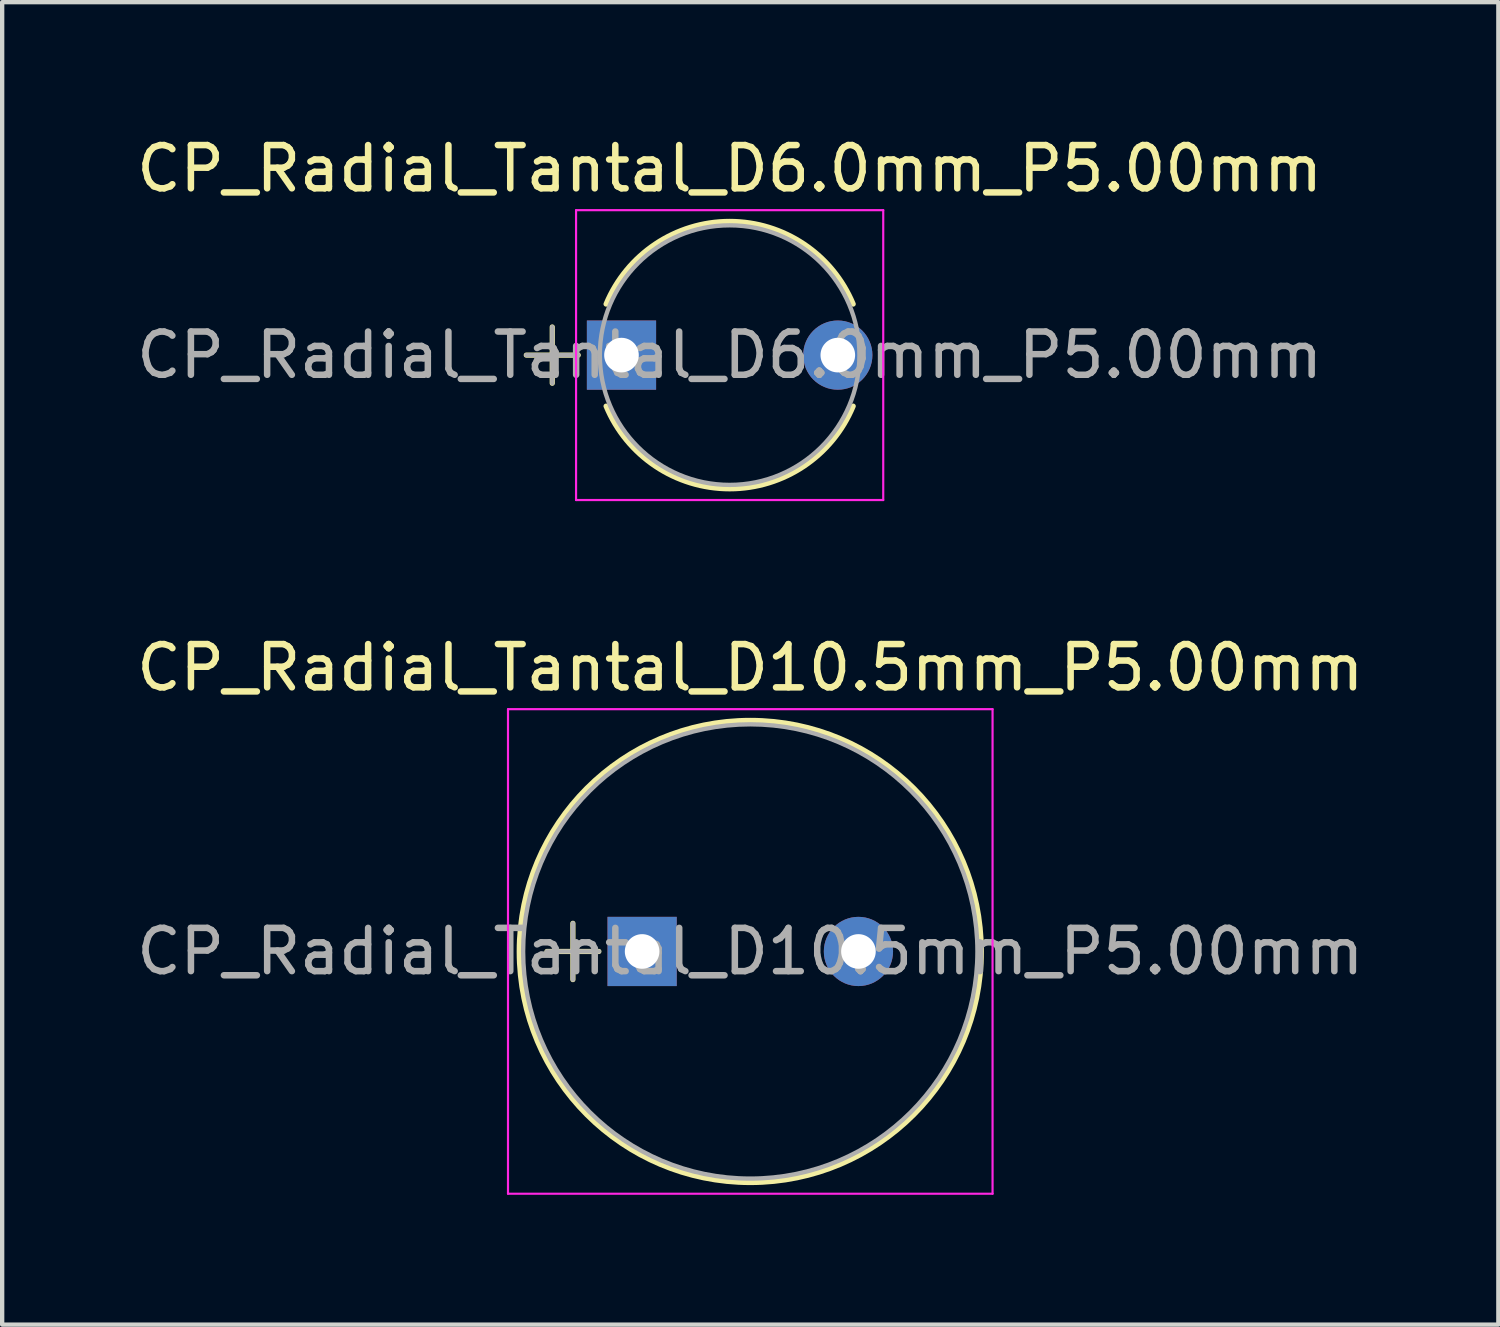
<source format=kicad_pcb>
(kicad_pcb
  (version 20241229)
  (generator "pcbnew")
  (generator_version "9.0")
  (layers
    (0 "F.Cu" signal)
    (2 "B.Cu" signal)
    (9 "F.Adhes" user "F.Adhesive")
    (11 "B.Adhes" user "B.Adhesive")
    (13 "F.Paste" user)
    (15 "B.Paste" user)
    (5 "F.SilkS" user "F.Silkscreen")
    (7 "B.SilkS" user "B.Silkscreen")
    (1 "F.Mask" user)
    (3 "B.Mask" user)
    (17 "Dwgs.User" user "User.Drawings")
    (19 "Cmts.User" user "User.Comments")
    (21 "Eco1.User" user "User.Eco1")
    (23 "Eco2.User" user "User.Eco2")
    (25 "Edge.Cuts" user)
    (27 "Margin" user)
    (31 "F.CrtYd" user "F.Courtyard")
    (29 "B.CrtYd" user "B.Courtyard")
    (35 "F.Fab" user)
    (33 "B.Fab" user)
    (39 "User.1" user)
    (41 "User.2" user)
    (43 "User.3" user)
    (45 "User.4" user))
  (footprint "CP_Radial_Tantal_D6.0mm_P5.00mm"
    (layer "F.Cu")
    (at 11.315 5.158)
    (property "Reference" "CP_Radial_Tantal_D6.0mm_P5.00mm" (at 2.5 -4.31 0) (layer "F.SilkS") (effects (font (size 1 1) (thickness 0.15))))
    (attr through_hole)
    (fp_line (start -2.2 0) (end -1 0) (stroke (width 0.12) (type solid)) (layer "F.SilkS"))
    (fp_line (start -1.6 -0.65) (end -1.6 0.65) (stroke (width 0.12) (type solid)) (layer "F.SilkS"))
    (fp_arc (start -0.355819 -1.18) (mid 2.5 -3.09) (end 5.355819 -1.18) (stroke (width 0.12) (type solid)) (layer "F.SilkS"))
    (fp_arc (start 5.355819 1.18) (mid 2.5 3.09) (end -0.355819 1.18) (stroke (width 0.12) (type solid)) (layer "F.SilkS"))
    (fp_line (start -1.05 -3.35) (end -1.05 3.35) (stroke (width 0.05) (type solid)) (layer "F.CrtYd"))
    (fp_line (start -1.05 3.35) (end 6.05 3.35) (stroke (width 0.05) (type solid)) (layer "F.CrtYd"))
    (fp_line (start 6.05 -3.35) (end -1.05 -3.35) (stroke (width 0.05) (type solid)) (layer "F.CrtYd"))
    (fp_line (start 6.05 3.35) (end 6.05 -3.35) (stroke (width 0.05) (type solid)) (layer "F.CrtYd"))
    (fp_line (start -2.2 0) (end -1 0) (stroke (width 0.1) (type solid)) (layer "F.Fab"))
    (fp_line (start -1.6 -0.65) (end -1.6 0.65) (stroke (width 0.1) (type solid)) (layer "F.Fab"))
    (fp_circle (center 2.5 0) (end 5.5 0) (stroke (width 0.1) (type solid)) (fill no) (layer "F.Fab"))
    (fp_text user "${REFERENCE}" (at 2.5 0 0) (layer "F.Fab") (effects (font (size 1 1) (thickness 0.15))))
    (pad "1" thru_hole rect (at 0 0) (size 1.6 1.6) (drill 0.8) (layers "*.Cu" "*.Mask"))
    (pad "2" thru_hole circle (at 5 0) (size 1.6 1.6) (drill 0.8) (layers "*.Cu" "*.Mask")))
  (footprint "CP_Radial_Tantal_D10.5mm_P5.00mm"
    (layer "F.Cu")
    (at 11.792 18.942)
    (property "Reference" "CP_Radial_Tantal_D10.5mm_P5.00mm" (at 2.5 -6.56 0) (layer "F.SilkS") (effects (font (size 1 1) (thickness 0.15))))
    (attr through_hole)
    (fp_line (start -2.2 0) (end -1 0) (stroke (width 0.12) (type solid)) (layer "F.SilkS"))
    (fp_line (start -1.6 -0.65) (end -1.6 0.65) (stroke (width 0.12) (type solid)) (layer "F.SilkS"))
    (fp_circle (center 2.5 0) (end 7.84 0) (stroke (width 0.12) (type solid)) (fill no) (layer "F.SilkS"))
    (fp_line (start -3.1 -5.6) (end -3.1 5.6) (stroke (width 0.05) (type solid)) (layer "F.CrtYd"))
    (fp_line (start -3.1 5.6) (end 8.1 5.6) (stroke (width 0.05) (type solid)) (layer "F.CrtYd"))
    (fp_line (start 8.1 -5.6) (end -3.1 -5.6) (stroke (width 0.05) (type solid)) (layer "F.CrtYd"))
    (fp_line (start 8.1 5.6) (end 8.1 -5.6) (stroke (width 0.05) (type solid)) (layer "F.CrtYd"))
    (fp_line (start -2.2 0) (end -1 0) (stroke (width 0.1) (type solid)) (layer "F.Fab"))
    (fp_line (start -1.6 -0.65) (end -1.6 0.65) (stroke (width 0.1) (type solid)) (layer "F.Fab"))
    (fp_circle (center 2.5 0) (end 7.75 0) (stroke (width 0.1) (type solid)) (fill no) (layer "F.Fab"))
    (fp_text user "${REFERENCE}" (at 2.5 0 0) (layer "F.Fab") (effects (font (size 1 1) (thickness 0.15))))
    (pad "1" thru_hole rect (at 0 0) (size 1.6 1.6) (drill 0.8) (layers "*.Cu" "*.Mask"))
    (pad "2" thru_hole circle (at 5 0) (size 1.6 1.6) (drill 0.8) (layers "*.Cu" "*.Mask")))
  (gr_rect
    (start -3 -3)
    (end 31.583 27.567)
    (stroke (width 0.1) (type default))
    (fill no)
    (layer "Edge.Cuts")))
</source>
